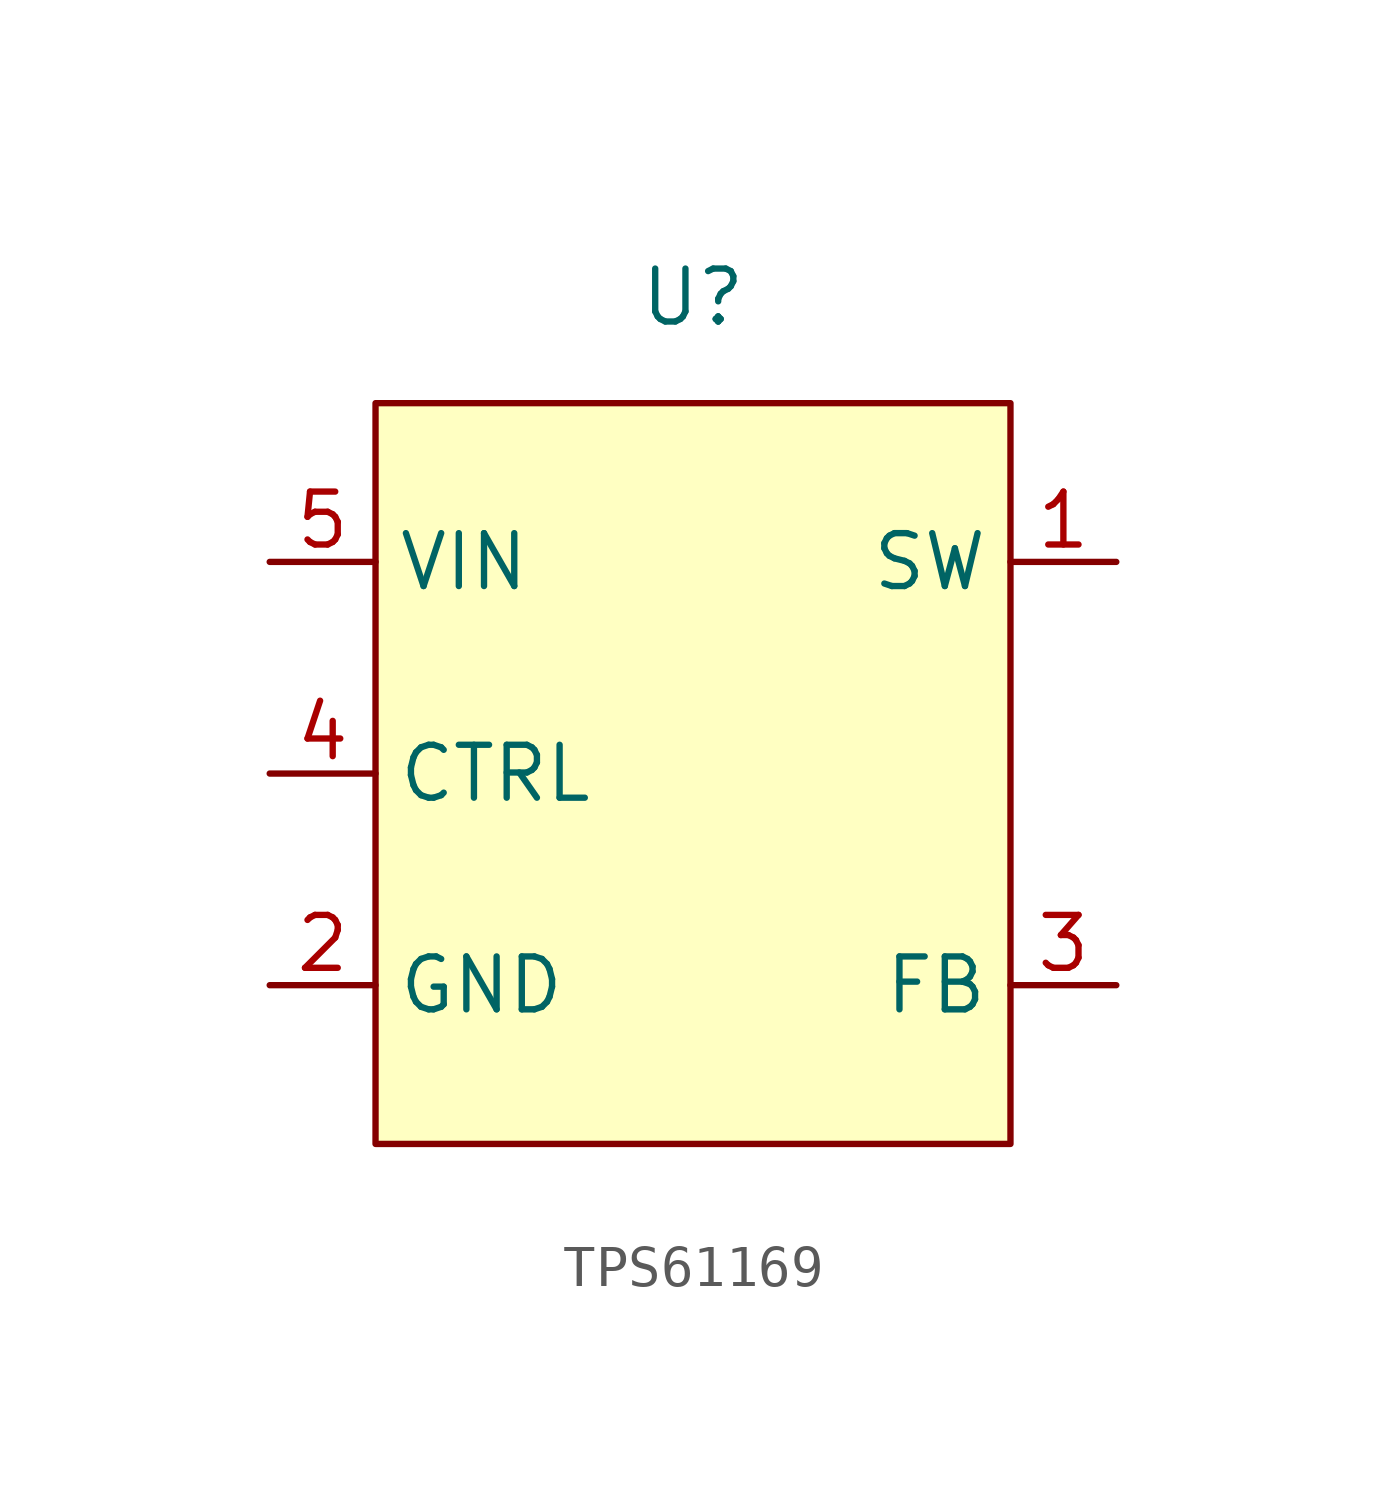
<source format=kicad_sym>
(kicad_symbol_lib
  (version 20220914)
  (generator kicad_symbol_editor)
  (symbol "TPS61169"
    (property "Reference" "U"
      (at 7.62 2.54 0)
      (effects (font (size 1.27 1.27))))
    (property "Value" ""
      (at 0 0 0)
      (effects (font (size 1.27 1.27))))
    (symbol "TPS61169_1_1"
      (rectangle (start 0 0) (end 15.24 -17.78) (stroke (width 0) (type default)) (fill (type background)))
      (pin input line (at 17.78 -3.81 180) (length 2.54) (name "SW" (effects (font (size 1.27 1.27)))) (number "1" (effects (font (size 1.27 1.27)))))
      (pin input line (at -2.54 -13.97 0) (length 2.54) (name "GND" (effects (font (size 1.27 1.27)))) (number "2" (effects (font (size 1.27 1.27)))))
      (pin input line (at 17.78 -13.97 180) (length 2.54) (name "FB" (effects (font (size 1.27 1.27)))) (number "3" (effects (font (size 1.27 1.27)))))
      (pin input line (at -2.54 -8.89 0) (length 2.54) (name "CTRL" (effects (font (size 1.27 1.27)))) (number "4" (effects (font (size 1.27 1.27)))))
      (pin input line (at -2.54 -3.81 0) (length 2.54) (name "VIN" (effects (font (size 1.27 1.27)))) (number "5" (effects (font (size 1.27 1.27))))))))
</source>
